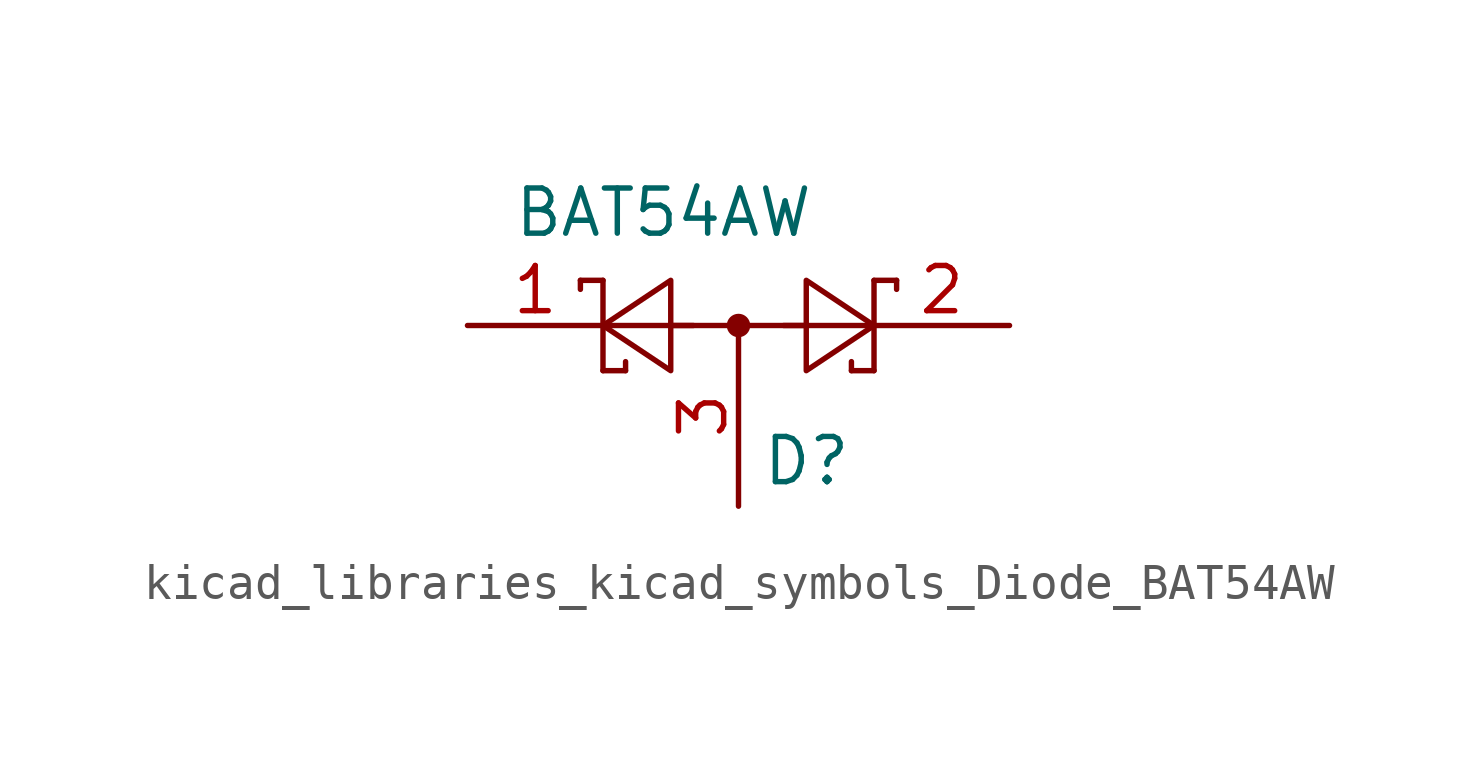
<source format=kicad_sym>
(kicad_symbol_lib
  (version 20220914)
  (generator kicad_symbol_editor)
  (symbol "kicad_libraries_kicad_symbols_Diode_BAT54AW"
    (pin_names
      (offset 1.016))
    (property "Reference" "D"
      (at 0.635 -3.81 0)
      (effects (font (size 1.27 1.27)) (justify left)))
    (property "Value" "BAT54AW"
      (at -6.35 3.175 0)
      (effects (font (size 1.27 1.27)) (justify left)))
    (symbol "kicad_libraries_kicad_symbols_Diode_BAT54AW_0_1"
      (polyline (pts (xy -4.445 1.27) (xy -4.445 1.016)) (stroke (width 0) (type default)) (fill (type none)))
      (polyline (pts (xy -3.81 -1.27) (xy -3.81 1.27)) (stroke (width 0) (type default)) (fill (type none)))
      (polyline (pts (xy -3.81 -1.27) (xy -3.175 -1.27)) (stroke (width 0) (type default)) (fill (type none)))
      (polyline (pts (xy -3.81 0) (xy -1.27 0)) (stroke (width 0) (type default)) (fill (type none)))
      (polyline (pts (xy -3.81 1.27) (xy -4.445 1.27)) (stroke (width 0) (type default)) (fill (type none)))
      (polyline (pts (xy -3.175 -1.27) (xy -3.175 -1.016)) (stroke (width 0) (type default)) (fill (type none)))
      (polyline (pts (xy -1.905 0) (xy 1.905 0)) (stroke (width 0) (type default)) (fill (type none)))
      (polyline (pts (xy 1.27 0) (xy 3.81 0)) (stroke (width 0) (type default)) (fill (type none)))
      (polyline (pts (xy 3.175 -1.27) (xy 3.175 -1.016)) (stroke (width 0) (type default)) (fill (type none)))
      (polyline (pts (xy 3.81 -1.27) (xy 3.175 -1.27)) (stroke (width 0) (type default)) (fill (type none)))
      (polyline (pts (xy 3.81 -1.27) (xy 3.81 1.27)) (stroke (width 0) (type default)) (fill (type none)))
      (polyline (pts (xy 3.81 1.27) (xy 4.445 1.27)) (stroke (width 0) (type default)) (fill (type none)))
      (polyline (pts (xy 4.445 1.27) (xy 4.445 1.016)) (stroke (width 0) (type default)) (fill (type none)))
      (polyline (pts (xy -1.905 1.27) (xy -1.905 -1.27) (xy -3.81 0) (xy -1.905 1.27)) (stroke (width 0) (type default)) (fill (type none)))
      (polyline (pts (xy 1.905 1.27) (xy 1.905 -1.27) (xy 3.81 0) (xy 1.905 1.27)) (stroke (width 0) (type default)) (fill (type none)))
      (circle (center 0 0) (radius 0.254) (stroke (width 0) (type default)) (fill (type outline))))
    (symbol "kicad_libraries_kicad_symbols_Diode_BAT54AW_1_1"
      (pin passive line (at -7.62 0 0) (length 3.81) (name "~" (effects (font (size 1.27 1.27)))) (number "1" (effects (font (size 1.27 1.27)))))
      (pin passive line (at 7.62 0 180) (length 3.81) (name "~" (effects (font (size 1.27 1.27)))) (number "2" (effects (font (size 1.27 1.27)))))
      (pin passive line (at 0 -5.08 90) (length 5.08) (name "~" (effects (font (size 1.27 1.27)))) (number "3" (effects (font (size 1.27 1.27))))))))
</source>
